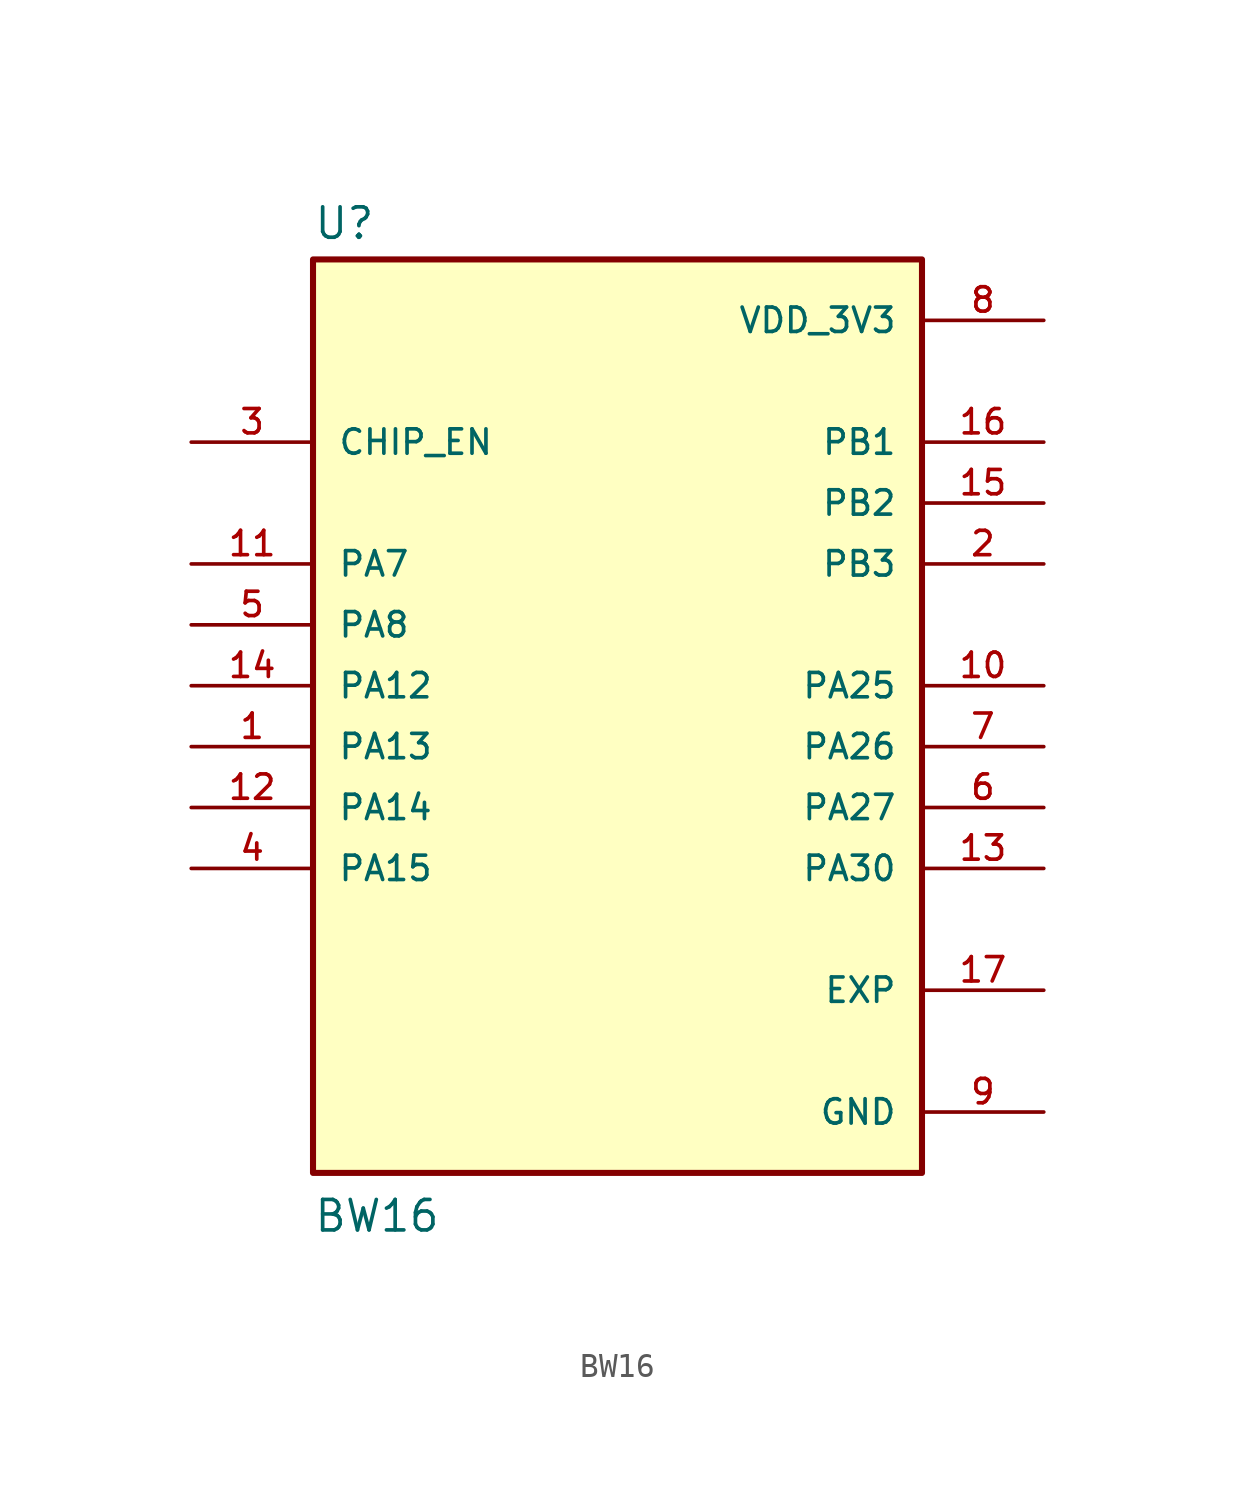
<source format=kicad_sym>
(kicad_symbol_lib
  (version 20211014)
  (generator kicad_symbol_editor)
  (symbol "BW16"
    (pin_names
      (offset 1.016))
    (property "Reference" "U"
      (at -12.7 18.542 0)
      (effects (font (size 1.27 1.27)) (justify bottom left)))
    (property "Value" "BW16"
      (at -12.7 -22.86 0)
      (effects (font (size 1.27 1.27)) (justify bottom left)))
    (symbol "BW16_0_0"
      (rectangle (start -12.7 -20.32) (end 12.7 17.78) (stroke (width 0.254)) (fill (type background)))
      (pin bidirectional line (at -17.78 -2.54 0) (length 5.08) (name "PA13" (effects (font (size 1.016 1.016)))) (number "1" (effects (font (size 1.016 1.016)))))
      (pin bidirectional line (at 17.78 5.08 180.0) (length 5.08) (name "PB3" (effects (font (size 1.016 1.016)))) (number "2" (effects (font (size 1.016 1.016)))))
      (pin input line (at -17.78 10.16 0) (length 5.08) (name "CHIP_EN" (effects (font (size 1.016 1.016)))) (number "3" (effects (font (size 1.016 1.016)))))
      (pin bidirectional line (at -17.78 -7.62 0) (length 5.08) (name "PA15" (effects (font (size 1.016 1.016)))) (number "4" (effects (font (size 1.016 1.016)))))
      (pin bidirectional line (at -17.78 2.54 0) (length 5.08) (name "PA8" (effects (font (size 1.016 1.016)))) (number "5" (effects (font (size 1.016 1.016)))))
      (pin bidirectional line (at 17.78 -5.08 180.0) (length 5.08) (name "PA27" (effects (font (size 1.016 1.016)))) (number "6" (effects (font (size 1.016 1.016)))))
      (pin bidirectional line (at 17.78 -2.54 180.0) (length 5.08) (name "PA26" (effects (font (size 1.016 1.016)))) (number "7" (effects (font (size 1.016 1.016)))))
      (pin power_in line (at 17.78 15.24 180.0) (length 5.08) (name "VDD_3V3" (effects (font (size 1.016 1.016)))) (number "8" (effects (font (size 1.016 1.016)))))
      (pin power_in line (at 17.78 -17.78 180.0) (length 5.08) (name "GND" (effects (font (size 1.016 1.016)))) (number "9" (effects (font (size 1.016 1.016)))))
      (pin bidirectional line (at 17.78 0.0 180.0) (length 5.08) (name "PA25" (effects (font (size 1.016 1.016)))) (number "10" (effects (font (size 1.016 1.016)))))
      (pin bidirectional line (at -17.78 5.08 0) (length 5.08) (name "PA7" (effects (font (size 1.016 1.016)))) (number "11" (effects (font (size 1.016 1.016)))))
      (pin bidirectional line (at -17.78 -5.08 0) (length 5.08) (name "PA14" (effects (font (size 1.016 1.016)))) (number "12" (effects (font (size 1.016 1.016)))))
      (pin bidirectional line (at 17.78 -7.62 180.0) (length 5.08) (name "PA30" (effects (font (size 1.016 1.016)))) (number "13" (effects (font (size 1.016 1.016)))))
      (pin bidirectional line (at -17.78 0.0 0) (length 5.08) (name "PA12" (effects (font (size 1.016 1.016)))) (number "14" (effects (font (size 1.016 1.016)))))
      (pin bidirectional line (at 17.78 7.62 180.0) (length 5.08) (name "PB2" (effects (font (size 1.016 1.016)))) (number "15" (effects (font (size 1.016 1.016)))))
      (pin bidirectional line (at 17.78 10.16 180.0) (length 5.08) (name "PB1" (effects (font (size 1.016 1.016)))) (number "16" (effects (font (size 1.016 1.016)))))
      (pin passive line (at 17.78 -12.7 180.0) (length 5.08) (name "EXP" (effects (font (size 1.016 1.016)))) (number "17" (effects (font (size 1.016 1.016))))))))
</source>
